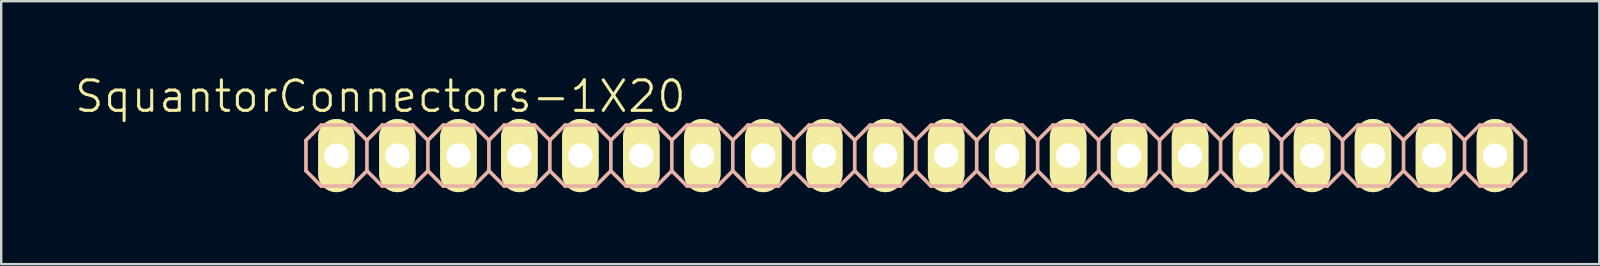
<source format=kicad_pcb>
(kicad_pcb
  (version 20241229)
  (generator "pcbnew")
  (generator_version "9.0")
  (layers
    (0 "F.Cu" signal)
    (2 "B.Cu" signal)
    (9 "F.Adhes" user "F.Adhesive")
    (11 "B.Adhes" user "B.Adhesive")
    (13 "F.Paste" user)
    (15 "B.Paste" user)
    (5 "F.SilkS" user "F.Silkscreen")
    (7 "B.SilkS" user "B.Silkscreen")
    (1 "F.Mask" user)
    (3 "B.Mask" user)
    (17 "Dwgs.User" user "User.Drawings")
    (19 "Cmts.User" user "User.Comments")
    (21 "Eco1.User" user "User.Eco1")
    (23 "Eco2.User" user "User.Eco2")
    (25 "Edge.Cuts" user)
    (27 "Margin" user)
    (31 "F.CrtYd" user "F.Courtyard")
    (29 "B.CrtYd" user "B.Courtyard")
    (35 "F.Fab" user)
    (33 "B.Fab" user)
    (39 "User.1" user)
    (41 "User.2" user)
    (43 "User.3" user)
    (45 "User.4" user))
  (footprint "SquantorConnectors-1X20"
    (layer "F.Cu")
    (at 35.095 3.43)
    (property "Reference" "SquantorConnectors-1X20" (at -22.301 -2.464 0) (layer "F.SilkS") (effects (font (size 1.27 1.27) (thickness 0.127))))
    (attr exclude_from_pos_files exclude_from_bom)
    (fp_line (start -24.384 -0.254) (end -23.876 -0.254) (stroke (width 0.066) (type solid)) (layer "F.SilkS"))
    (fp_line (start -24.384 0.254) (end -24.384 -0.254) (stroke (width 0.066) (type solid)) (layer "F.SilkS"))
    (fp_line (start -24.384 0.254) (end -23.876 0.254) (stroke (width 0.066) (type solid)) (layer "F.SilkS"))
    (fp_line (start -23.876 0.254) (end -23.876 -0.254) (stroke (width 0.066) (type solid)) (layer "F.SilkS"))
    (fp_line (start -21.844 -0.254) (end -21.336 -0.254) (stroke (width 0.066) (type solid)) (layer "F.SilkS"))
    (fp_line (start -21.844 0.254) (end -21.844 -0.254) (stroke (width 0.066) (type solid)) (layer "F.SilkS"))
    (fp_line (start -21.844 0.254) (end -21.336 0.254) (stroke (width 0.066) (type solid)) (layer "F.SilkS"))
    (fp_line (start -21.336 0.254) (end -21.336 -0.254) (stroke (width 0.066) (type solid)) (layer "F.SilkS"))
    (fp_line (start -19.304 -0.254) (end -18.796 -0.254) (stroke (width 0.066) (type solid)) (layer "F.SilkS"))
    (fp_line (start -19.304 0.254) (end -19.304 -0.254) (stroke (width 0.066) (type solid)) (layer "F.SilkS"))
    (fp_line (start -19.304 0.254) (end -18.796 0.254) (stroke (width 0.066) (type solid)) (layer "F.SilkS"))
    (fp_line (start -18.796 0.254) (end -18.796 -0.254) (stroke (width 0.066) (type solid)) (layer "F.SilkS"))
    (fp_line (start -16.764 -0.254) (end -16.256 -0.254) (stroke (width 0.066) (type solid)) (layer "F.SilkS"))
    (fp_line (start -16.764 0.254) (end -16.764 -0.254) (stroke (width 0.066) (type solid)) (layer "F.SilkS"))
    (fp_line (start -16.764 0.254) (end -16.256 0.254) (stroke (width 0.066) (type solid)) (layer "F.SilkS"))
    (fp_line (start -16.256 0.254) (end -16.256 -0.254) (stroke (width 0.066) (type solid)) (layer "F.SilkS"))
    (fp_line (start -14.224 -0.254) (end -13.716 -0.254) (stroke (width 0.066) (type solid)) (layer "F.SilkS"))
    (fp_line (start -14.224 0.254) (end -14.224 -0.254) (stroke (width 0.066) (type solid)) (layer "F.SilkS"))
    (fp_line (start -14.224 0.254) (end -13.716 0.254) (stroke (width 0.066) (type solid)) (layer "F.SilkS"))
    (fp_line (start -13.716 0.254) (end -13.716 -0.254) (stroke (width 0.066) (type solid)) (layer "F.SilkS"))
    (fp_line (start -11.684 -0.254) (end -11.176 -0.254) (stroke (width 0.066) (type solid)) (layer "F.SilkS"))
    (fp_line (start -11.684 0.254) (end -11.684 -0.254) (stroke (width 0.066) (type solid)) (layer "F.SilkS"))
    (fp_line (start -11.684 0.254) (end -11.176 0.254) (stroke (width 0.066) (type solid)) (layer "F.SilkS"))
    (fp_line (start -11.176 0.254) (end -11.176 -0.254) (stroke (width 0.066) (type solid)) (layer "F.SilkS"))
    (fp_line (start -9.144 -0.254) (end -8.636 -0.254) (stroke (width 0.066) (type solid)) (layer "F.SilkS"))
    (fp_line (start -9.144 0.254) (end -9.144 -0.254) (stroke (width 0.066) (type solid)) (layer "F.SilkS"))
    (fp_line (start -9.144 0.254) (end -8.636 0.254) (stroke (width 0.066) (type solid)) (layer "F.SilkS"))
    (fp_line (start -8.636 0.254) (end -8.636 -0.254) (stroke (width 0.066) (type solid)) (layer "F.SilkS"))
    (fp_line (start -6.604 -0.254) (end -6.096 -0.254) (stroke (width 0.066) (type solid)) (layer "F.SilkS"))
    (fp_line (start -6.604 0.254) (end -6.604 -0.254) (stroke (width 0.066) (type solid)) (layer "F.SilkS"))
    (fp_line (start -6.604 0.254) (end -6.096 0.254) (stroke (width 0.066) (type solid)) (layer "F.SilkS"))
    (fp_line (start -6.096 0.254) (end -6.096 -0.254) (stroke (width 0.066) (type solid)) (layer "F.SilkS"))
    (fp_line (start -4.064 -0.254) (end -3.556 -0.254) (stroke (width 0.066) (type solid)) (layer "F.SilkS"))
    (fp_line (start -4.064 0.254) (end -4.064 -0.254) (stroke (width 0.066) (type solid)) (layer "F.SilkS"))
    (fp_line (start -4.064 0.254) (end -3.556 0.254) (stroke (width 0.066) (type solid)) (layer "F.SilkS"))
    (fp_line (start -3.556 0.254) (end -3.556 -0.254) (stroke (width 0.066) (type solid)) (layer "F.SilkS"))
    (fp_line (start -1.524 -0.254) (end -1.016 -0.254) (stroke (width 0.066) (type solid)) (layer "F.SilkS"))
    (fp_line (start -1.524 0.254) (end -1.524 -0.254) (stroke (width 0.066) (type solid)) (layer "F.SilkS"))
    (fp_line (start -1.524 0.254) (end -1.016 0.254) (stroke (width 0.066) (type solid)) (layer "F.SilkS"))
    (fp_line (start -1.016 0.254) (end -1.016 -0.254) (stroke (width 0.066) (type solid)) (layer "F.SilkS"))
    (fp_line (start 1.016 -0.254) (end 1.524 -0.254) (stroke (width 0.066) (type solid)) (layer "F.SilkS"))
    (fp_line (start 1.016 0.254) (end 1.016 -0.254) (stroke (width 0.066) (type solid)) (layer "F.SilkS"))
    (fp_line (start 1.016 0.254) (end 1.524 0.254) (stroke (width 0.066) (type solid)) (layer "F.SilkS"))
    (fp_line (start 1.524 0.254) (end 1.524 -0.254) (stroke (width 0.066) (type solid)) (layer "F.SilkS"))
    (fp_line (start 3.556 -0.254) (end 4.064 -0.254) (stroke (width 0.066) (type solid)) (layer "F.SilkS"))
    (fp_line (start 3.556 0.254) (end 3.556 -0.254) (stroke (width 0.066) (type solid)) (layer "F.SilkS"))
    (fp_line (start 3.556 0.254) (end 4.064 0.254) (stroke (width 0.066) (type solid)) (layer "F.SilkS"))
    (fp_line (start 4.064 0.254) (end 4.064 -0.254) (stroke (width 0.066) (type solid)) (layer "F.SilkS"))
    (fp_line (start 6.096 -0.254) (end 6.604 -0.254) (stroke (width 0.066) (type solid)) (layer "F.SilkS"))
    (fp_line (start 6.096 0.254) (end 6.096 -0.254) (stroke (width 0.066) (type solid)) (layer "F.SilkS"))
    (fp_line (start 6.096 0.254) (end 6.604 0.254) (stroke (width 0.066) (type solid)) (layer "F.SilkS"))
    (fp_line (start 6.604 0.254) (end 6.604 -0.254) (stroke (width 0.066) (type solid)) (layer "F.SilkS"))
    (fp_line (start 8.636 -0.254) (end 9.144 -0.254) (stroke (width 0.066) (type solid)) (layer "F.SilkS"))
    (fp_line (start 8.636 0.254) (end 8.636 -0.254) (stroke (width 0.066) (type solid)) (layer "F.SilkS"))
    (fp_line (start 8.636 0.254) (end 9.144 0.254) (stroke (width 0.066) (type solid)) (layer "F.SilkS"))
    (fp_line (start 9.144 0.254) (end 9.144 -0.254) (stroke (width 0.066) (type solid)) (layer "F.SilkS"))
    (fp_line (start 11.176 -0.254) (end 11.684 -0.254) (stroke (width 0.066) (type solid)) (layer "F.SilkS"))
    (fp_line (start 11.176 0.254) (end 11.176 -0.254) (stroke (width 0.066) (type solid)) (layer "F.SilkS"))
    (fp_line (start 11.176 0.254) (end 11.684 0.254) (stroke (width 0.066) (type solid)) (layer "F.SilkS"))
    (fp_line (start 11.684 0.254) (end 11.684 -0.254) (stroke (width 0.066) (type solid)) (layer "F.SilkS"))
    (fp_line (start 13.716 -0.254) (end 14.224 -0.254) (stroke (width 0.066) (type solid)) (layer "F.SilkS"))
    (fp_line (start 13.716 0.254) (end 13.716 -0.254) (stroke (width 0.066) (type solid)) (layer "F.SilkS"))
    (fp_line (start 13.716 0.254) (end 14.224 0.254) (stroke (width 0.066) (type solid)) (layer "F.SilkS"))
    (fp_line (start 14.224 0.254) (end 14.224 -0.254) (stroke (width 0.066) (type solid)) (layer "F.SilkS"))
    (fp_line (start 16.256 -0.254) (end 16.764 -0.254) (stroke (width 0.066) (type solid)) (layer "F.SilkS"))
    (fp_line (start 16.256 0.254) (end 16.256 -0.254) (stroke (width 0.066) (type solid)) (layer "F.SilkS"))
    (fp_line (start 16.256 0.254) (end 16.764 0.254) (stroke (width 0.066) (type solid)) (layer "F.SilkS"))
    (fp_line (start 16.764 0.254) (end 16.764 -0.254) (stroke (width 0.066) (type solid)) (layer "F.SilkS"))
    (fp_line (start 18.796 -0.254) (end 19.304 -0.254) (stroke (width 0.066) (type solid)) (layer "F.SilkS"))
    (fp_line (start 18.796 0.254) (end 18.796 -0.254) (stroke (width 0.066) (type solid)) (layer "F.SilkS"))
    (fp_line (start 18.796 0.254) (end 19.304 0.254) (stroke (width 0.066) (type solid)) (layer "F.SilkS"))
    (fp_line (start 19.304 0.254) (end 19.304 -0.254) (stroke (width 0.066) (type solid)) (layer "F.SilkS"))
    (fp_line (start 21.336 -0.254) (end 21.844 -0.254) (stroke (width 0.066) (type solid)) (layer "F.SilkS"))
    (fp_line (start 21.336 0.254) (end 21.336 -0.254) (stroke (width 0.066) (type solid)) (layer "F.SilkS"))
    (fp_line (start 21.336 0.254) (end 21.844 0.254) (stroke (width 0.066) (type solid)) (layer "F.SilkS"))
    (fp_line (start 21.844 0.254) (end 21.844 -0.254) (stroke (width 0.066) (type solid)) (layer "F.SilkS"))
    (fp_line (start 23.876 -0.254) (end 24.384 -0.254) (stroke (width 0.066) (type solid)) (layer "F.SilkS"))
    (fp_line (start 23.876 0.254) (end 23.876 -0.254) (stroke (width 0.066) (type solid)) (layer "F.SilkS"))
    (fp_line (start 23.876 0.254) (end 24.384 0.254) (stroke (width 0.066) (type solid)) (layer "F.SilkS"))
    (fp_line (start 24.384 0.254) (end 24.384 -0.254) (stroke (width 0.066) (type solid)) (layer "F.SilkS"))
    (fp_line (start -25.4 -0.635) (end -25.4 0.635) (stroke (width 0.152) (type solid)) (layer "B.SilkS"))
    (fp_line (start -25.4 0.635) (end -24.765 1.27) (stroke (width 0.152) (type solid)) (layer "B.SilkS"))
    (fp_line (start -24.765 -1.27) (end -25.4 -0.635) (stroke (width 0.152) (type solid)) (layer "B.SilkS"))
    (fp_line (start -24.765 -1.27) (end -23.495 -1.27) (stroke (width 0.152) (type solid)) (layer "B.SilkS"))
    (fp_line (start -23.495 -1.27) (end -22.86 -0.635) (stroke (width 0.152) (type solid)) (layer "B.SilkS"))
    (fp_line (start -23.495 1.27) (end -24.765 1.27) (stroke (width 0.152) (type solid)) (layer "B.SilkS"))
    (fp_line (start -22.86 -0.635) (end -22.86 0.635) (stroke (width 0.152) (type solid)) (layer "B.SilkS"))
    (fp_line (start -22.86 -0.635) (end -22.225 -1.27) (stroke (width 0.152) (type solid)) (layer "B.SilkS"))
    (fp_line (start -22.86 0.635) (end -23.495 1.27) (stroke (width 0.152) (type solid)) (layer "B.SilkS"))
    (fp_line (start -22.225 -1.27) (end -20.955 -1.27) (stroke (width 0.152) (type solid)) (layer "B.SilkS"))
    (fp_line (start -22.225 1.27) (end -22.86 0.635) (stroke (width 0.152) (type solid)) (layer "B.SilkS"))
    (fp_line (start -20.955 -1.27) (end -20.32 -0.635) (stroke (width 0.152) (type solid)) (layer "B.SilkS"))
    (fp_line (start -20.955 1.27) (end -22.225 1.27) (stroke (width 0.152) (type solid)) (layer "B.SilkS"))
    (fp_line (start -20.32 -0.635) (end -20.32 0.635) (stroke (width 0.152) (type solid)) (layer "B.SilkS"))
    (fp_line (start -20.32 -0.635) (end -19.685 -1.27) (stroke (width 0.152) (type solid)) (layer "B.SilkS"))
    (fp_line (start -20.32 0.635) (end -20.955 1.27) (stroke (width 0.152) (type solid)) (layer "B.SilkS"))
    (fp_line (start -19.685 -1.27) (end -18.415 -1.27) (stroke (width 0.152) (type solid)) (layer "B.SilkS"))
    (fp_line (start -19.685 1.27) (end -20.32 0.635) (stroke (width 0.152) (type solid)) (layer "B.SilkS"))
    (fp_line (start -18.415 -1.27) (end -17.78 -0.635) (stroke (width 0.152) (type solid)) (layer "B.SilkS"))
    (fp_line (start -18.415 1.27) (end -19.685 1.27) (stroke (width 0.152) (type solid)) (layer "B.SilkS"))
    (fp_line (start -17.78 -0.635) (end -17.78 0.635) (stroke (width 0.152) (type solid)) (layer "B.SilkS"))
    (fp_line (start -17.78 0.635) (end -18.415 1.27) (stroke (width 0.152) (type solid)) (layer "B.SilkS"))
    (fp_line (start -17.78 0.635) (end -17.145 1.27) (stroke (width 0.152) (type solid)) (layer "B.SilkS"))
    (fp_line (start -17.145 -1.27) (end -17.78 -0.635) (stroke (width 0.152) (type solid)) (layer "B.SilkS"))
    (fp_line (start -17.145 -1.27) (end -15.875 -1.27) (stroke (width 0.152) (type solid)) (layer "B.SilkS"))
    (fp_line (start -15.875 -1.27) (end -15.24 -0.635) (stroke (width 0.152) (type solid)) (layer "B.SilkS"))
    (fp_line (start -15.875 1.27) (end -17.145 1.27) (stroke (width 0.152) (type solid)) (layer "B.SilkS"))
    (fp_line (start -15.24 -0.635) (end -15.24 0.635) (stroke (width 0.152) (type solid)) (layer "B.SilkS"))
    (fp_line (start -15.24 -0.635) (end -14.605 -1.27) (stroke (width 0.152) (type solid)) (layer "B.SilkS"))
    (fp_line (start -15.24 0.635) (end -15.875 1.27) (stroke (width 0.152) (type solid)) (layer "B.SilkS"))
    (fp_line (start -14.605 -1.27) (end -13.335 -1.27) (stroke (width 0.152) (type solid)) (layer "B.SilkS"))
    (fp_line (start -14.605 1.27) (end -15.24 0.635) (stroke (width 0.152) (type solid)) (layer "B.SilkS"))
    (fp_line (start -13.335 -1.27) (end -12.7 -0.635) (stroke (width 0.152) (type solid)) (layer "B.SilkS"))
    (fp_line (start -13.335 1.27) (end -14.605 1.27) (stroke (width 0.152) (type solid)) (layer "B.SilkS"))
    (fp_line (start -12.7 -0.635) (end -12.7 0.635) (stroke (width 0.152) (type solid)) (layer "B.SilkS"))
    (fp_line (start -12.7 -0.635) (end -12.065 -1.27) (stroke (width 0.152) (type solid)) (layer "B.SilkS"))
    (fp_line (start -12.7 0.635) (end -13.335 1.27) (stroke (width 0.152) (type solid)) (layer "B.SilkS"))
    (fp_line (start -12.065 -1.27) (end -10.795 -1.27) (stroke (width 0.152) (type solid)) (layer "B.SilkS"))
    (fp_line (start -12.065 1.27) (end -12.7 0.635) (stroke (width 0.152) (type solid)) (layer "B.SilkS"))
    (fp_line (start -10.795 -1.27) (end -10.16 -0.635) (stroke (width 0.152) (type solid)) (layer "B.SilkS"))
    (fp_line (start -10.795 1.27) (end -12.065 1.27) (stroke (width 0.152) (type solid)) (layer "B.SilkS"))
    (fp_line (start -10.16 -0.635) (end -10.16 0.635) (stroke (width 0.152) (type solid)) (layer "B.SilkS"))
    (fp_line (start -10.16 0.635) (end -10.795 1.27) (stroke (width 0.152) (type solid)) (layer "B.SilkS"))
    (fp_line (start -10.16 0.635) (end -9.525 1.27) (stroke (width 0.152) (type solid)) (layer "B.SilkS"))
    (fp_line (start -9.525 -1.27) (end -10.16 -0.635) (stroke (width 0.152) (type solid)) (layer "B.SilkS"))
    (fp_line (start -9.525 -1.27) (end -8.255 -1.27) (stroke (width 0.152) (type solid)) (layer "B.SilkS"))
    (fp_line (start -8.255 -1.27) (end -7.62 -0.635) (stroke (width 0.152) (type solid)) (layer "B.SilkS"))
    (fp_line (start -8.255 1.27) (end -9.525 1.27) (stroke (width 0.152) (type solid)) (layer "B.SilkS"))
    (fp_line (start -7.62 -0.635) (end -7.62 0.635) (stroke (width 0.152) (type solid)) (layer "B.SilkS"))
    (fp_line (start -7.62 -0.635) (end -6.985 -1.27) (stroke (width 0.152) (type solid)) (layer "B.SilkS"))
    (fp_line (start -7.62 0.635) (end -8.255 1.27) (stroke (width 0.152) (type solid)) (layer "B.SilkS"))
    (fp_line (start -6.985 -1.27) (end -5.715 -1.27) (stroke (width 0.152) (type solid)) (layer "B.SilkS"))
    (fp_line (start -6.985 1.27) (end -7.62 0.635) (stroke (width 0.152) (type solid)) (layer "B.SilkS"))
    (fp_line (start -5.715 -1.27) (end -5.08 -0.635) (stroke (width 0.152) (type solid)) (layer "B.SilkS"))
    (fp_line (start -5.715 1.27) (end -6.985 1.27) (stroke (width 0.152) (type solid)) (layer "B.SilkS"))
    (fp_line (start -5.08 -0.635) (end -5.08 0.635) (stroke (width 0.152) (type solid)) (layer "B.SilkS"))
    (fp_line (start -5.08 -0.635) (end -4.445 -1.27) (stroke (width 0.152) (type solid)) (layer "B.SilkS"))
    (fp_line (start -5.08 0.635) (end -5.715 1.27) (stroke (width 0.152) (type solid)) (layer "B.SilkS"))
    (fp_line (start -4.445 -1.27) (end -3.175 -1.27) (stroke (width 0.152) (type solid)) (layer "B.SilkS"))
    (fp_line (start -4.445 1.27) (end -5.08 0.635) (stroke (width 0.152) (type solid)) (layer "B.SilkS"))
    (fp_line (start -3.175 -1.27) (end -2.54 -0.635) (stroke (width 0.152) (type solid)) (layer "B.SilkS"))
    (fp_line (start -3.175 1.27) (end -4.445 1.27) (stroke (width 0.152) (type solid)) (layer "B.SilkS"))
    (fp_line (start -2.54 -0.635) (end -2.54 0.635) (stroke (width 0.152) (type solid)) (layer "B.SilkS"))
    (fp_line (start -2.54 0.635) (end -3.175 1.27) (stroke (width 0.152) (type solid)) (layer "B.SilkS"))
    (fp_line (start -2.54 0.635) (end -1.905 1.27) (stroke (width 0.152) (type solid)) (layer "B.SilkS"))
    (fp_line (start -1.905 -1.27) (end -2.54 -0.635) (stroke (width 0.152) (type solid)) (layer "B.SilkS"))
    (fp_line (start -1.905 -1.27) (end -0.635 -1.27) (stroke (width 0.152) (type solid)) (layer "B.SilkS"))
    (fp_line (start -0.635 -1.27) (end 0 -0.635) (stroke (width 0.152) (type solid)) (layer "B.SilkS"))
    (fp_line (start -0.635 1.27) (end -1.905 1.27) (stroke (width 0.152) (type solid)) (layer "B.SilkS"))
    (fp_line (start 0 -0.635) (end 0 0.635) (stroke (width 0.152) (type solid)) (layer "B.SilkS"))
    (fp_line (start 0 -0.635) (end 0.635 -1.27) (stroke (width 0.152) (type solid)) (layer "B.SilkS"))
    (fp_line (start 0 0.635) (end -0.635 1.27) (stroke (width 0.152) (type solid)) (layer "B.SilkS"))
    (fp_line (start 0.635 -1.27) (end 1.905 -1.27) (stroke (width 0.152) (type solid)) (layer "B.SilkS"))
    (fp_line (start 0.635 1.27) (end 0 0.635) (stroke (width 0.152) (type solid)) (layer "B.SilkS"))
    (fp_line (start 1.905 -1.27) (end 2.54 -0.635) (stroke (width 0.152) (type solid)) (layer "B.SilkS"))
    (fp_line (start 1.905 1.27) (end 0.635 1.27) (stroke (width 0.152) (type solid)) (layer "B.SilkS"))
    (fp_line (start 2.54 -0.635) (end 2.54 0.635) (stroke (width 0.152) (type solid)) (layer "B.SilkS"))
    (fp_line (start 2.54 -0.635) (end 3.175 -1.27) (stroke (width 0.152) (type solid)) (layer "B.SilkS"))
    (fp_line (start 2.54 0.635) (end 1.905 1.27) (stroke (width 0.152) (type solid)) (layer "B.SilkS"))
    (fp_line (start 3.175 -1.27) (end 4.445 -1.27) (stroke (width 0.152) (type solid)) (layer "B.SilkS"))
    (fp_line (start 3.175 1.27) (end 2.54 0.635) (stroke (width 0.152) (type solid)) (layer "B.SilkS"))
    (fp_line (start 4.445 -1.27) (end 5.08 -0.635) (stroke (width 0.152) (type solid)) (layer "B.SilkS"))
    (fp_line (start 4.445 1.27) (end 3.175 1.27) (stroke (width 0.152) (type solid)) (layer "B.SilkS"))
    (fp_line (start 5.08 -0.635) (end 5.08 0.635) (stroke (width 0.152) (type solid)) (layer "B.SilkS"))
    (fp_line (start 5.08 0.635) (end 4.445 1.27) (stroke (width 0.152) (type solid)) (layer "B.SilkS"))
    (fp_line (start 5.08 0.635) (end 5.715 1.27) (stroke (width 0.152) (type solid)) (layer "B.SilkS"))
    (fp_line (start 5.715 -1.27) (end 5.08 -0.635) (stroke (width 0.152) (type solid)) (layer "B.SilkS"))
    (fp_line (start 5.715 -1.27) (end 6.985 -1.27) (stroke (width 0.152) (type solid)) (layer "B.SilkS"))
    (fp_line (start 6.985 -1.27) (end 7.62 -0.635) (stroke (width 0.152) (type solid)) (layer "B.SilkS"))
    (fp_line (start 6.985 1.27) (end 5.715 1.27) (stroke (width 0.152) (type solid)) (layer "B.SilkS"))
    (fp_line (start 7.62 -0.635) (end 7.62 0.635) (stroke (width 0.152) (type solid)) (layer "B.SilkS"))
    (fp_line (start 7.62 -0.635) (end 8.255 -1.27) (stroke (width 0.152) (type solid)) (layer "B.SilkS"))
    (fp_line (start 7.62 0.635) (end 6.985 1.27) (stroke (width 0.152) (type solid)) (layer "B.SilkS"))
    (fp_line (start 8.255 -1.27) (end 9.525 -1.27) (stroke (width 0.152) (type solid)) (layer "B.SilkS"))
    (fp_line (start 8.255 1.27) (end 7.62 0.635) (stroke (width 0.152) (type solid)) (layer "B.SilkS"))
    (fp_line (start 9.525 -1.27) (end 10.16 -0.635) (stroke (width 0.152) (type solid)) (layer "B.SilkS"))
    (fp_line (start 9.525 1.27) (end 8.255 1.27) (stroke (width 0.152) (type solid)) (layer "B.SilkS"))
    (fp_line (start 10.16 -0.635) (end 10.16 0.635) (stroke (width 0.152) (type solid)) (layer "B.SilkS"))
    (fp_line (start 10.16 -0.635) (end 10.795 -1.27) (stroke (width 0.152) (type solid)) (layer "B.SilkS"))
    (fp_line (start 10.16 0.635) (end 9.525 1.27) (stroke (width 0.152) (type solid)) (layer "B.SilkS"))
    (fp_line (start 10.795 -1.27) (end 12.065 -1.27) (stroke (width 0.152) (type solid)) (layer "B.SilkS"))
    (fp_line (start 10.795 1.27) (end 10.16 0.635) (stroke (width 0.152) (type solid)) (layer "B.SilkS"))
    (fp_line (start 12.065 -1.27) (end 12.7 -0.635) (stroke (width 0.152) (type solid)) (layer "B.SilkS"))
    (fp_line (start 12.065 1.27) (end 10.795 1.27) (stroke (width 0.152) (type solid)) (layer "B.SilkS"))
    (fp_line (start 12.7 -0.635) (end 12.7 0.635) (stroke (width 0.152) (type solid)) (layer "B.SilkS"))
    (fp_line (start 12.7 0.635) (end 12.065 1.27) (stroke (width 0.152) (type solid)) (layer "B.SilkS"))
    (fp_line (start 12.7 0.635) (end 13.335 1.27) (stroke (width 0.152) (type solid)) (layer "B.SilkS"))
    (fp_line (start 13.335 -1.27) (end 12.7 -0.635) (stroke (width 0.152) (type solid)) (layer "B.SilkS"))
    (fp_line (start 13.335 -1.27) (end 14.605 -1.27) (stroke (width 0.152) (type solid)) (layer "B.SilkS"))
    (fp_line (start 14.605 -1.27) (end 15.24 -0.635) (stroke (width 0.152) (type solid)) (layer "B.SilkS"))
    (fp_line (start 14.605 1.27) (end 13.335 1.27) (stroke (width 0.152) (type solid)) (layer "B.SilkS"))
    (fp_line (start 15.24 -0.635) (end 15.24 0.635) (stroke (width 0.152) (type solid)) (layer "B.SilkS"))
    (fp_line (start 15.24 -0.635) (end 15.875 -1.27) (stroke (width 0.152) (type solid)) (layer "B.SilkS"))
    (fp_line (start 15.24 0.635) (end 14.605 1.27) (stroke (width 0.152) (type solid)) (layer "B.SilkS"))
    (fp_line (start 15.875 -1.27) (end 17.145 -1.27) (stroke (width 0.152) (type solid)) (layer "B.SilkS"))
    (fp_line (start 15.875 1.27) (end 15.24 0.635) (stroke (width 0.152) (type solid)) (layer "B.SilkS"))
    (fp_line (start 17.145 -1.27) (end 17.78 -0.635) (stroke (width 0.152) (type solid)) (layer "B.SilkS"))
    (fp_line (start 17.145 1.27) (end 15.875 1.27) (stroke (width 0.152) (type solid)) (layer "B.SilkS"))
    (fp_line (start 17.78 -0.635) (end 17.78 0.635) (stroke (width 0.152) (type solid)) (layer "B.SilkS"))
    (fp_line (start 17.78 -0.635) (end 18.415 -1.27) (stroke (width 0.152) (type solid)) (layer "B.SilkS"))
    (fp_line (start 17.78 0.635) (end 17.145 1.27) (stroke (width 0.152) (type solid)) (layer "B.SilkS"))
    (fp_line (start 18.415 -1.27) (end 19.685 -1.27) (stroke (width 0.152) (type solid)) (layer "B.SilkS"))
    (fp_line (start 18.415 1.27) (end 17.78 0.635) (stroke (width 0.152) (type solid)) (layer "B.SilkS"))
    (fp_line (start 19.685 -1.27) (end 20.32 -0.635) (stroke (width 0.152) (type solid)) (layer "B.SilkS"))
    (fp_line (start 19.685 1.27) (end 18.415 1.27) (stroke (width 0.152) (type solid)) (layer "B.SilkS"))
    (fp_line (start 20.32 -0.635) (end 20.32 0.635) (stroke (width 0.152) (type solid)) (layer "B.SilkS"))
    (fp_line (start 20.32 0.635) (end 19.685 1.27) (stroke (width 0.152) (type solid)) (layer "B.SilkS"))
    (fp_line (start 20.32 0.635) (end 20.955 1.27) (stroke (width 0.152) (type solid)) (layer "B.SilkS"))
    (fp_line (start 20.955 -1.27) (end 20.32 -0.635) (stroke (width 0.152) (type solid)) (layer "B.SilkS"))
    (fp_line (start 20.955 -1.27) (end 22.225 -1.27) (stroke (width 0.152) (type solid)) (layer "B.SilkS"))
    (fp_line (start 22.225 -1.27) (end 22.86 -0.635) (stroke (width 0.152) (type solid)) (layer "B.SilkS"))
    (fp_line (start 22.225 1.27) (end 20.955 1.27) (stroke (width 0.152) (type solid)) (layer "B.SilkS"))
    (fp_line (start 22.86 -0.635) (end 22.86 0.635) (stroke (width 0.152) (type solid)) (layer "B.SilkS"))
    (fp_line (start 22.86 0.635) (end 22.225 1.27) (stroke (width 0.152) (type solid)) (layer "B.SilkS"))
    (fp_line (start 22.86 0.635) (end 23.495 1.27) (stroke (width 0.152) (type solid)) (layer "B.SilkS"))
    (fp_line (start 23.495 -1.27) (end 22.86 -0.635) (stroke (width 0.152) (type solid)) (layer "B.SilkS"))
    (fp_line (start 23.495 -1.27) (end 24.765 -1.27) (stroke (width 0.152) (type solid)) (layer "B.SilkS"))
    (fp_line (start 24.765 -1.27) (end 25.4 -0.635) (stroke (width 0.152) (type solid)) (layer "B.SilkS"))
    (fp_line (start 24.765 1.27) (end 23.495 1.27) (stroke (width 0.152) (type solid)) (layer "B.SilkS"))
    (fp_line (start 25.4 -0.635) (end 25.4 0.635) (stroke (width 0.152) (type solid)) (layer "B.SilkS"))
    (fp_line (start 25.4 0.635) (end 24.765 1.27) (stroke (width 0.152) (type solid)) (layer "B.SilkS"))
    (pad "1" thru_hole oval (at -24.13 0 180) (size 1.524 3.048) (drill 1.016) (layers "*.Cu" "F.Mask" "F.SilkS" "F.Paste"))
    (pad "2" thru_hole oval (at -21.59 0 180) (size 1.524 3.048) (drill 1.016) (layers "*.Cu" "F.Mask" "F.SilkS" "F.Paste"))
    (pad "3" thru_hole oval (at -19.05 0 180) (size 1.524 3.048) (drill 1.016) (layers "*.Cu" "F.Mask" "F.SilkS" "F.Paste"))
    (pad "4" thru_hole oval (at -16.51 0 180) (size 1.524 3.048) (drill 1.016) (layers "*.Cu" "F.Mask" "F.SilkS" "F.Paste"))
    (pad "5" thru_hole oval (at -13.97 0 180) (size 1.524 3.048) (drill 1.016) (layers "*.Cu" "F.Mask" "F.SilkS" "F.Paste"))
    (pad "6" thru_hole oval (at -11.43 0 180) (size 1.524 3.048) (drill 1.016) (layers "*.Cu" "F.Mask" "F.SilkS" "F.Paste"))
    (pad "7" thru_hole oval (at -8.89 0 180) (size 1.524 3.048) (drill 1.016) (layers "*.Cu" "F.Mask" "F.SilkS" "F.Paste"))
    (pad "8" thru_hole oval (at -6.35 0 180) (size 1.524 3.048) (drill 1.016) (layers "*.Cu" "F.Mask" "F.SilkS" "F.Paste"))
    (pad "9" thru_hole oval (at -3.81 0 180) (size 1.524 3.048) (drill 1.016) (layers "*.Cu" "F.Mask" "F.SilkS" "F.Paste"))
    (pad "10" thru_hole oval (at -1.27 0 180) (size 1.524 3.048) (drill 1.016) (layers "*.Cu" "F.Mask" "F.SilkS" "F.Paste"))
    (pad "11" thru_hole oval (at 1.27 0 180) (size 1.524 3.048) (drill 1.016) (layers "*.Cu" "F.Mask" "F.SilkS" "F.Paste"))
    (pad "12" thru_hole oval (at 3.81 0 180) (size 1.524 3.048) (drill 1.016) (layers "*.Cu" "F.Mask" "F.SilkS" "F.Paste"))
    (pad "13" thru_hole oval (at 6.35 0 180) (size 1.524 3.048) (drill 1.016) (layers "*.Cu" "F.Mask" "F.SilkS" "F.Paste"))
    (pad "14" thru_hole oval (at 8.89 0 180) (size 1.524 3.048) (drill 1.016) (layers "*.Cu" "F.Mask" "F.SilkS" "F.Paste"))
    (pad "15" thru_hole oval (at 11.43 0 180) (size 1.524 3.048) (drill 1.016) (layers "*.Cu" "F.Mask" "F.SilkS" "F.Paste"))
    (pad "16" thru_hole oval (at 13.97 0 180) (size 1.524 3.048) (drill 1.016) (layers "*.Cu" "F.Mask" "F.SilkS" "F.Paste"))
    (pad "17" thru_hole oval (at 16.51 0 180) (size 1.524 3.048) (drill 1.016) (layers "*.Cu" "F.Mask" "F.SilkS" "F.Paste"))
    (pad "18" thru_hole oval (at 19.05 0 180) (size 1.524 3.048) (drill 1.016) (layers "*.Cu" "F.Mask" "F.SilkS" "F.Paste"))
    (pad "19" thru_hole oval (at 21.59 0 180) (size 1.524 3.048) (drill 1.016) (layers "*.Cu" "F.Mask" "F.SilkS" "F.Paste"))
    (pad "20" thru_hole oval (at 24.13 0 180) (size 1.524 3.048) (drill 1.016) (layers "*.Cu" "F.Mask" "F.SilkS" "F.Paste")))
  (gr_rect
    (start -3 -3)
    (end 63.571 7.954)
    (stroke (width 0.1) (type default))
    (fill no)
    (layer "Edge.Cuts")))
</source>
